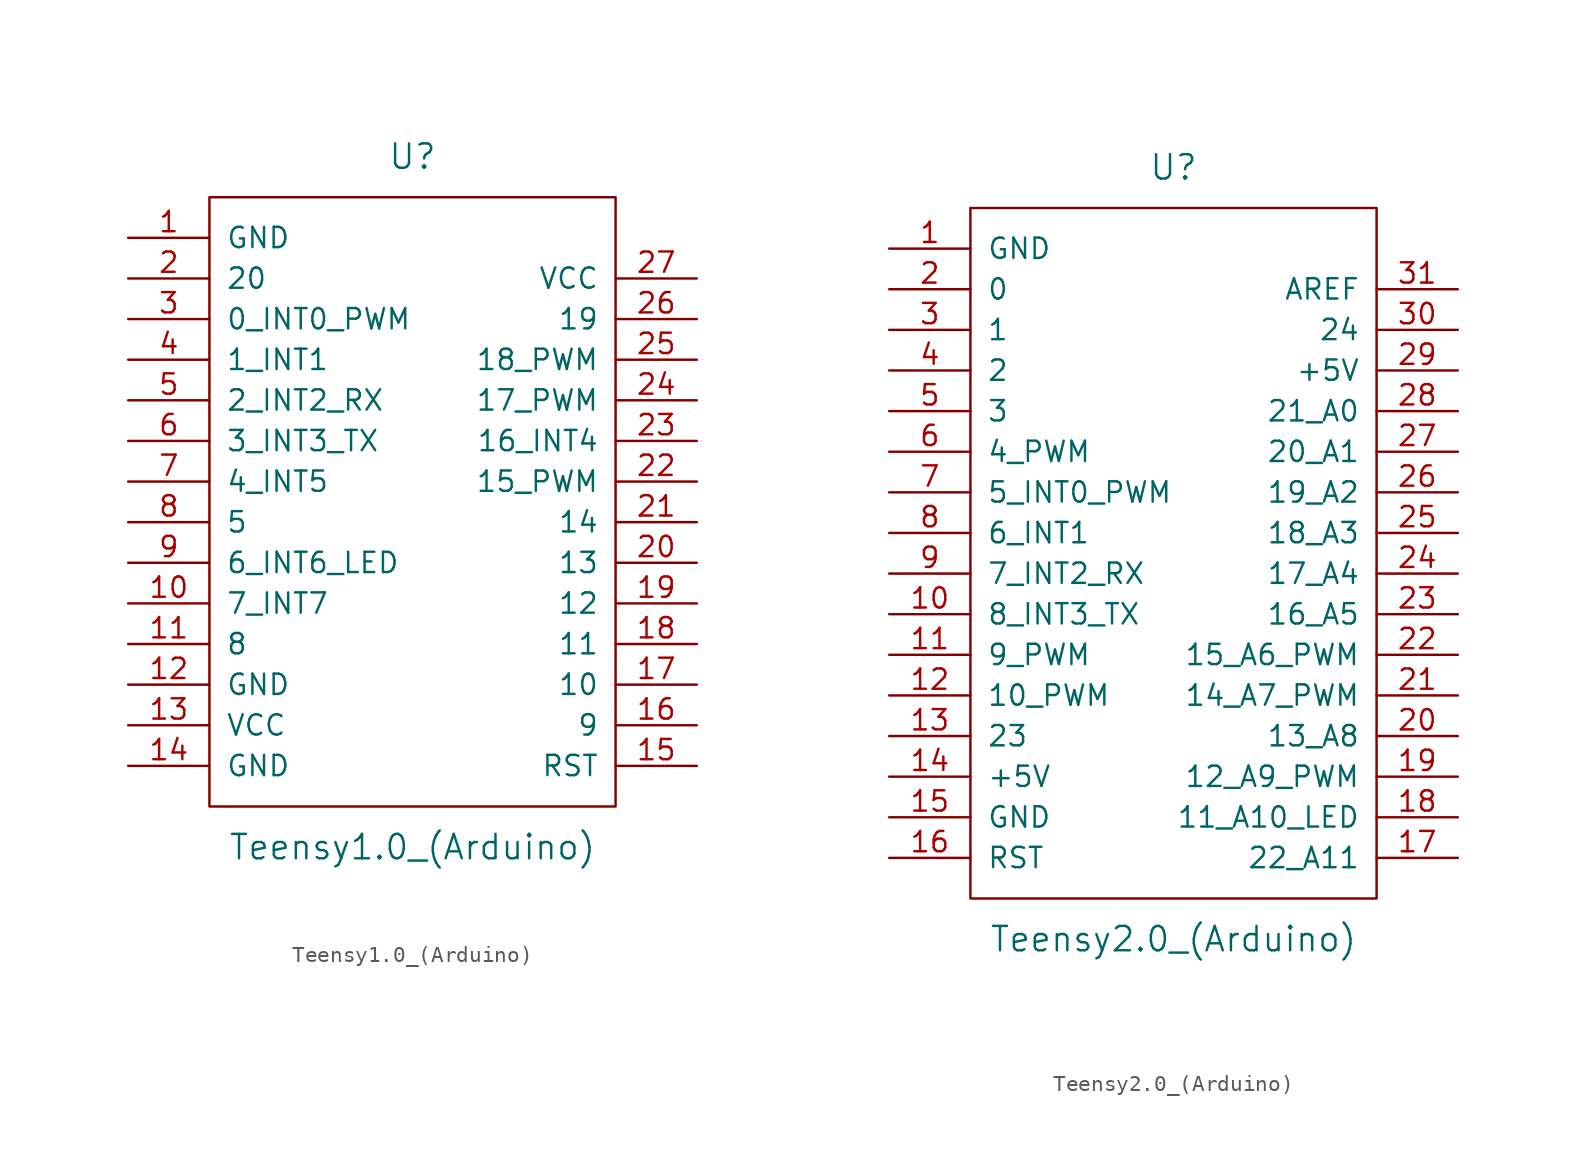
<source format=kicad_sym>
(kicad_symbol_lib
  (version 20211014)
  (generator kicad_symbol_editor)
  (symbol "Teensy1.0_(Arduino)"
    (pin_names
      (offset 1.016))
    (property "Reference" "U"
      (at 0 21.59 0)
      (effects (font (size 1.524 1.524))))
    (property "Value" "Teensy1.0_(Arduino)"
      (at 0 -21.59 0)
      (effects (font (size 1.524 1.524))))
    (property "Footprint" ""
      (at 2.54 -21.59 0)
      (effects (font (size 1.524 1.524))))
    (property "Datasheet" ""
      (at 2.54 -21.59 0)
      (effects (font (size 1.524 1.524))))
    (symbol "Teensy1.0_(Arduino)_0_1"
      (rectangle (start -12.7 19.05) (end 12.7 -19.05) (stroke (width 0) (type default) (color 0 0 0 0)) (fill (type none))))
    (symbol "Teensy1.0_(Arduino)_1_1"
      (pin power_in line (at -17.78 16.51 0) (length 5.08) (name "GND" (effects (font (size 1.27 1.27)))) (number "1" (effects (font (size 1.27 1.27)))))
      (pin bidirectional line (at -17.78 -6.35 0) (length 5.08) (name "7_INT7" (effects (font (size 1.27 1.27)))) (number "10" (effects (font (size 1.27 1.27)))))
      (pin bidirectional line (at -17.78 -8.89 0) (length 5.08) (name "8" (effects (font (size 1.27 1.27)))) (number "11" (effects (font (size 1.27 1.27)))))
      (pin power_in line (at -17.78 -11.43 0) (length 5.08) (name "GND" (effects (font (size 1.27 1.27)))) (number "12" (effects (font (size 1.27 1.27)))))
      (pin power_in line (at -17.78 -13.97 0) (length 5.08) (name "VCC" (effects (font (size 1.27 1.27)))) (number "13" (effects (font (size 1.27 1.27)))))
      (pin power_in line (at -17.78 -16.51 0) (length 5.08) (name "GND" (effects (font (size 1.27 1.27)))) (number "14" (effects (font (size 1.27 1.27)))))
      (pin input line (at 17.78 -16.51 180) (length 5.08) (name "RST" (effects (font (size 1.27 1.27)))) (number "15" (effects (font (size 1.27 1.27)))))
      (pin bidirectional line (at 17.78 -13.97 180) (length 5.08) (name "9" (effects (font (size 1.27 1.27)))) (number "16" (effects (font (size 1.27 1.27)))))
      (pin bidirectional line (at 17.78 -11.43 180) (length 5.08) (name "10" (effects (font (size 1.27 1.27)))) (number "17" (effects (font (size 1.27 1.27)))))
      (pin bidirectional line (at 17.78 -8.89 180) (length 5.08) (name "11" (effects (font (size 1.27 1.27)))) (number "18" (effects (font (size 1.27 1.27)))))
      (pin bidirectional line (at 17.78 -6.35 180) (length 5.08) (name "12" (effects (font (size 1.27 1.27)))) (number "19" (effects (font (size 1.27 1.27)))))
      (pin bidirectional line (at -17.78 13.97 0) (length 5.08) (name "20" (effects (font (size 1.27 1.27)))) (number "2" (effects (font (size 1.27 1.27)))))
      (pin bidirectional line (at 17.78 -3.81 180) (length 5.08) (name "13" (effects (font (size 1.27 1.27)))) (number "20" (effects (font (size 1.27 1.27)))))
      (pin bidirectional line (at 17.78 -1.27 180) (length 5.08) (name "14" (effects (font (size 1.27 1.27)))) (number "21" (effects (font (size 1.27 1.27)))))
      (pin bidirectional line (at 17.78 1.27 180) (length 5.08) (name "15_PWM" (effects (font (size 1.27 1.27)))) (number "22" (effects (font (size 1.27 1.27)))))
      (pin bidirectional line (at 17.78 3.81 180) (length 5.08) (name "16_INT4" (effects (font (size 1.27 1.27)))) (number "23" (effects (font (size 1.27 1.27)))))
      (pin bidirectional line (at 17.78 6.35 180) (length 5.08) (name "17_PWM" (effects (font (size 1.27 1.27)))) (number "24" (effects (font (size 1.27 1.27)))))
      (pin bidirectional line (at 17.78 8.89 180) (length 5.08) (name "18_PWM" (effects (font (size 1.27 1.27)))) (number "25" (effects (font (size 1.27 1.27)))))
      (pin bidirectional line (at 17.78 11.43 180) (length 5.08) (name "19" (effects (font (size 1.27 1.27)))) (number "26" (effects (font (size 1.27 1.27)))))
      (pin power_in line (at 17.78 13.97 180) (length 5.08) (name "VCC" (effects (font (size 1.27 1.27)))) (number "27" (effects (font (size 1.27 1.27)))))
      (pin bidirectional line (at -17.78 11.43 0) (length 5.08) (name "0_INT0_PWM" (effects (font (size 1.27 1.27)))) (number "3" (effects (font (size 1.27 1.27)))))
      (pin bidirectional line (at -17.78 8.89 0) (length 5.08) (name "1_INT1" (effects (font (size 1.27 1.27)))) (number "4" (effects (font (size 1.27 1.27)))))
      (pin bidirectional line (at -17.78 6.35 0) (length 5.08) (name "2_INT2_RX" (effects (font (size 1.27 1.27)))) (number "5" (effects (font (size 1.27 1.27)))))
      (pin bidirectional line (at -17.78 3.81 0) (length 5.08) (name "3_INT3_TX" (effects (font (size 1.27 1.27)))) (number "6" (effects (font (size 1.27 1.27)))))
      (pin bidirectional line (at -17.78 1.27 0) (length 5.08) (name "4_INT5" (effects (font (size 1.27 1.27)))) (number "7" (effects (font (size 1.27 1.27)))))
      (pin bidirectional line (at -17.78 -1.27 0) (length 5.08) (name "5" (effects (font (size 1.27 1.27)))) (number "8" (effects (font (size 1.27 1.27)))))
      (pin bidirectional line (at -17.78 -3.81 0) (length 5.08) (name "6_INT6_LED" (effects (font (size 1.27 1.27)))) (number "9" (effects (font (size 1.27 1.27)))))))
  (symbol "Teensy2.0_(Arduino)"
    (pin_names
      (offset 1.016))
    (property "Reference" "U"
      (at 0 24.13 0)
      (effects (font (size 1.524 1.524))))
    (property "Value" "Teensy2.0_(Arduino)"
      (at 0 -24.13 0)
      (effects (font (size 1.524 1.524))))
    (property "Footprint" ""
      (at 2.54 -26.67 0)
      (effects (font (size 1.524 1.524))))
    (property "Datasheet" ""
      (at 2.54 -26.67 0)
      (effects (font (size 1.524 1.524))))
    (symbol "Teensy2.0_(Arduino)_0_1"
      (rectangle (start -12.7 21.59) (end 12.7 -21.59) (stroke (width 0) (type default) (color 0 0 0 0)) (fill (type none))))
    (symbol "Teensy2.0_(Arduino)_1_1"
      (pin power_in line (at -17.78 19.05 0) (length 5.08) (name "GND" (effects (font (size 1.27 1.27)))) (number "1" (effects (font (size 1.27 1.27)))))
      (pin bidirectional line (at -17.78 -3.81 0) (length 5.08) (name "8_INT3_TX" (effects (font (size 1.27 1.27)))) (number "10" (effects (font (size 1.27 1.27)))))
      (pin bidirectional line (at -17.78 -6.35 0) (length 5.08) (name "9_PWM" (effects (font (size 1.27 1.27)))) (number "11" (effects (font (size 1.27 1.27)))))
      (pin bidirectional line (at -17.78 -8.89 0) (length 5.08) (name "10_PWM" (effects (font (size 1.27 1.27)))) (number "12" (effects (font (size 1.27 1.27)))))
      (pin bidirectional line (at -17.78 -11.43 0) (length 5.08) (name "23" (effects (font (size 1.27 1.27)))) (number "13" (effects (font (size 1.27 1.27)))))
      (pin power_in line (at -17.78 -13.97 0) (length 5.08) (name "+5V" (effects (font (size 1.27 1.27)))) (number "14" (effects (font (size 1.27 1.27)))))
      (pin power_in line (at -17.78 -16.51 0) (length 5.08) (name "GND" (effects (font (size 1.27 1.27)))) (number "15" (effects (font (size 1.27 1.27)))))
      (pin input line (at -17.78 -19.05 0) (length 5.08) (name "RST" (effects (font (size 1.27 1.27)))) (number "16" (effects (font (size 1.27 1.27)))))
      (pin bidirectional line (at 17.78 -19.05 180) (length 5.08) (name "22_A11" (effects (font (size 1.27 1.27)))) (number "17" (effects (font (size 1.27 1.27)))))
      (pin bidirectional line (at 17.78 -16.51 180) (length 5.08) (name "11_A10_LED" (effects (font (size 1.27 1.27)))) (number "18" (effects (font (size 1.27 1.27)))))
      (pin bidirectional line (at 17.78 -13.97 180) (length 5.08) (name "12_A9_PWM" (effects (font (size 1.27 1.27)))) (number "19" (effects (font (size 1.27 1.27)))))
      (pin bidirectional line (at -17.78 16.51 0) (length 5.08) (name "0" (effects (font (size 1.27 1.27)))) (number "2" (effects (font (size 1.27 1.27)))))
      (pin bidirectional line (at 17.78 -11.43 180) (length 5.08) (name "13_A8" (effects (font (size 1.27 1.27)))) (number "20" (effects (font (size 1.27 1.27)))))
      (pin bidirectional line (at 17.78 -8.89 180) (length 5.08) (name "14_A7_PWM" (effects (font (size 1.27 1.27)))) (number "21" (effects (font (size 1.27 1.27)))))
      (pin bidirectional line (at 17.78 -6.35 180) (length 5.08) (name "15_A6_PWM" (effects (font (size 1.27 1.27)))) (number "22" (effects (font (size 1.27 1.27)))))
      (pin bidirectional line (at 17.78 -3.81 180) (length 5.08) (name "16_A5" (effects (font (size 1.27 1.27)))) (number "23" (effects (font (size 1.27 1.27)))))
      (pin bidirectional line (at 17.78 -1.27 180) (length 5.08) (name "17_A4" (effects (font (size 1.27 1.27)))) (number "24" (effects (font (size 1.27 1.27)))))
      (pin bidirectional line (at 17.78 1.27 180) (length 5.08) (name "18_A3" (effects (font (size 1.27 1.27)))) (number "25" (effects (font (size 1.27 1.27)))))
      (pin bidirectional line (at 17.78 3.81 180) (length 5.08) (name "19_A2" (effects (font (size 1.27 1.27)))) (number "26" (effects (font (size 1.27 1.27)))))
      (pin bidirectional line (at 17.78 6.35 180) (length 5.08) (name "20_A1" (effects (font (size 1.27 1.27)))) (number "27" (effects (font (size 1.27 1.27)))))
      (pin bidirectional line (at 17.78 8.89 180) (length 5.08) (name "21_A0" (effects (font (size 1.27 1.27)))) (number "28" (effects (font (size 1.27 1.27)))))
      (pin power_in line (at 17.78 11.43 180) (length 5.08) (name "+5V" (effects (font (size 1.27 1.27)))) (number "29" (effects (font (size 1.27 1.27)))))
      (pin bidirectional line (at -17.78 13.97 0) (length 5.08) (name "1" (effects (font (size 1.27 1.27)))) (number "3" (effects (font (size 1.27 1.27)))))
      (pin bidirectional line (at 17.78 13.97 180) (length 5.08) (name "24" (effects (font (size 1.27 1.27)))) (number "30" (effects (font (size 1.27 1.27)))))
      (pin input line (at 17.78 16.51 180) (length 5.08) (name "AREF" (effects (font (size 1.27 1.27)))) (number "31" (effects (font (size 1.27 1.27)))))
      (pin bidirectional line (at -17.78 11.43 0) (length 5.08) (name "2" (effects (font (size 1.27 1.27)))) (number "4" (effects (font (size 1.27 1.27)))))
      (pin bidirectional line (at -17.78 8.89 0) (length 5.08) (name "3" (effects (font (size 1.27 1.27)))) (number "5" (effects (font (size 1.27 1.27)))))
      (pin bidirectional line (at -17.78 6.35 0) (length 5.08) (name "4_PWM" (effects (font (size 1.27 1.27)))) (number "6" (effects (font (size 1.27 1.27)))))
      (pin bidirectional line (at -17.78 3.81 0) (length 5.08) (name "5_INT0_PWM" (effects (font (size 1.27 1.27)))) (number "7" (effects (font (size 1.27 1.27)))))
      (pin bidirectional line (at -17.78 1.27 0) (length 5.08) (name "6_INT1" (effects (font (size 1.27 1.27)))) (number "8" (effects (font (size 1.27 1.27)))))
      (pin bidirectional line (at -17.78 -1.27 0) (length 5.08) (name "7_INT2_RX" (effects (font (size 1.27 1.27)))) (number "9" (effects (font (size 1.27 1.27))))))))
</source>
